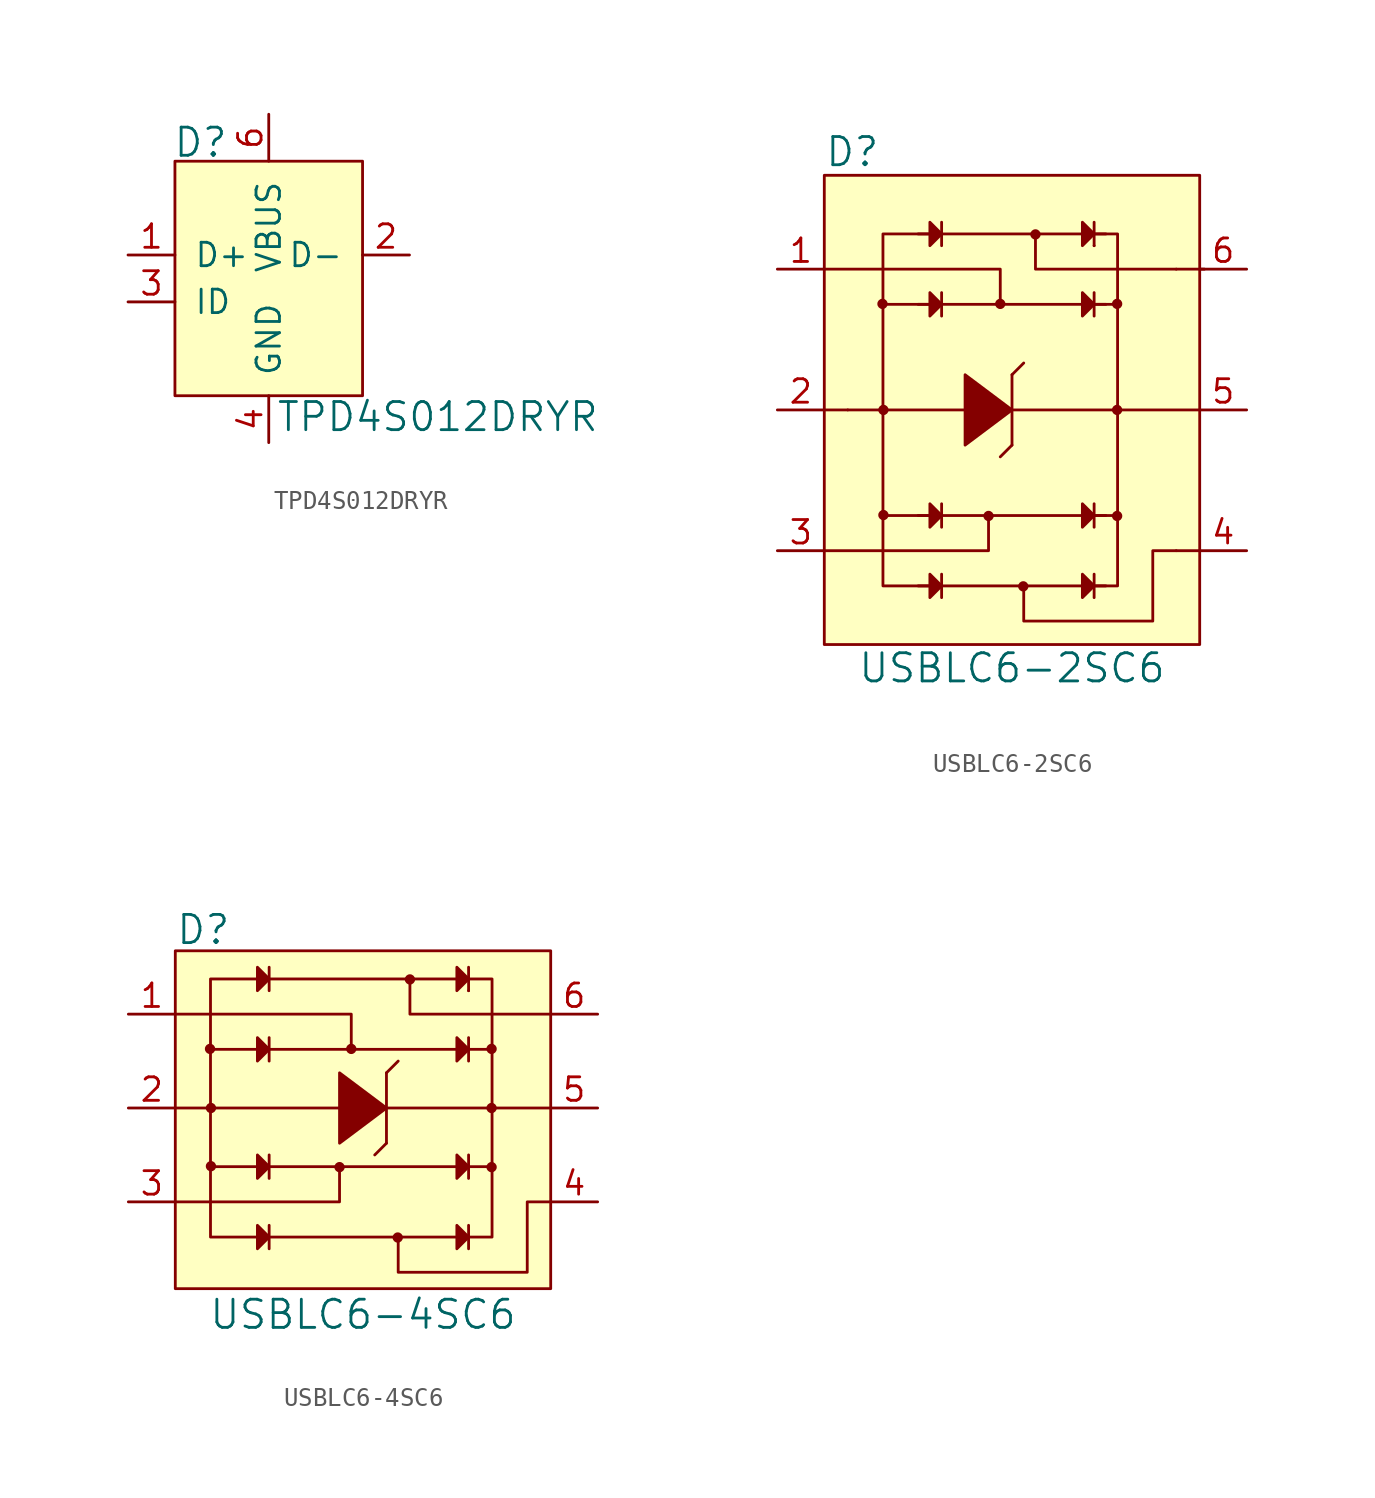
<source format=kicad_sym>
(kicad_symbol_lib
  (version 20211014)
  (generator kicad_symbol_editor)
  (symbol "TPD4S012DRYR"
    (pin_names
      (offset 1.016))
    (property "Reference" "D"
      (at -5.207 1.016 0)
      (effects (font (size 1.524 1.524)) (justify left)))
    (property "Value" "TPD4S012DRYR"
      (at 0.381 -13.843 0)
      (effects (font (size 1.524 1.524)) (justify left)))
    (symbol "TPD4S012DRYR_0_1"
      (rectangle (start -5.08 0) (end 5.08 -12.7) (stroke (width 0) (type default) (color 0 0 0 0)) (fill (type background))))
    (symbol "TPD4S012DRYR_1_1"
      (pin input line (at -7.62 -5.08 0) (length 2.54) (name "D+" (effects (font (size 1.27 1.27)))) (number "1" (effects (font (size 1.27 1.27)))))
      (pin output line (at 7.62 -5.08 180) (length 2.54) (name "D-" (effects (font (size 1.27 1.27)))) (number "2" (effects (font (size 1.27 1.27)))))
      (pin input line (at -7.62 -7.62 0) (length 2.54) (name "ID" (effects (font (size 1.27 1.27)))) (number "3" (effects (font (size 1.27 1.27)))))
      (pin power_in line (at 0 -15.24 90) (length 2.54) (name "GND" (effects (font (size 1.27 1.27)))) (number "4" (effects (font (size 1.27 1.27)))))
      (pin no_connect line (at 5.08 -7.62 180) (length 2.54) hide (name "NC" (effects (font (size 1.27 1.27)))) (number "5" (effects (font (size 1.27 1.27)))))
      (pin power_in line (at 0 2.54 270) (length 2.54) (name "VBUS" (effects (font (size 1.27 1.27)))) (number "6" (effects (font (size 1.27 1.27)))))))
  (symbol "USBLC6-2SC6"
    (pin_names
      (offset 1.016))
    (property "Reference" "D"
      (at -10.16 13.97 0)
      (effects (font (size 1.524 1.524)) (justify left)))
    (property "Value" "USBLC6-2SC6"
      (at 0 -13.97 0)
      (effects (font (size 1.524 1.524))))
    (symbol "USBLC6-2SC6_0_1"
      (rectangle (start -10.16 12.7) (end 10.16 -12.7) (stroke (width 0) (type default) (color 0 0 0 0)) (fill (type background)))
      (circle (center -7.01 5.74) (radius 0.203) (stroke (width 0) (type default) (color 0 0 0 0)) (fill (type outline)))
      (circle (center -6.96 -5.69) (radius 0.203) (stroke (width 0) (type default) (color 0 0 0 0)) (fill (type outline)))
      (circle (center -6.96 0) (radius 0.203) (stroke (width 0) (type default) (color 0 0 0 0)) (fill (type outline)))
      (circle (center -1.27 -5.74) (radius 0.203) (stroke (width 0) (type default) (color 0 0 0 0)) (fill (type outline)))
      (circle (center -0.635 5.74) (radius 0.203) (stroke (width 0) (type default) (color 0 0 0 0)) (fill (type outline)))
      (polyline (pts (xy -8.89 0) (xy -10.16 0)) (stroke (width 0) (type default) (color 0 0 0 0)) (fill (type none)))
      (polyline (pts (xy -5.08 -9.525) (xy 5.08 -9.525)) (stroke (width 0) (type default) (color 0 0 0 0)) (fill (type none)))
      (polyline (pts (xy -5.08 -5.715) (xy 5.08 -5.715)) (stroke (width 0) (type default) (color 0 0 0 0)) (fill (type none)))
      (polyline (pts (xy -5.08 5.715) (xy 5.08 5.715)) (stroke (width 0) (type default) (color 0 0 0 0)) (fill (type none)))
      (polyline (pts (xy -5.08 9.525) (xy 5.08 9.525)) (stroke (width 0) (type default) (color 0 0 0 0)) (fill (type none)))
      (polyline (pts (xy -4.445 -5.715) (xy -6.985 -5.715)) (stroke (width 0) (type default) (color 0 0 0 0)) (fill (type none)))
      (polyline (pts (xy -4.445 5.715) (xy -6.985 5.715)) (stroke (width 0) (type default) (color 0 0 0 0)) (fill (type none)))
      (polyline (pts (xy -3.81 -8.89) (xy -3.81 -10.16)) (stroke (width 0) (type default) (color 0 0 0 0)) (fill (type none)))
      (polyline (pts (xy -3.81 -5.08) (xy -3.81 -6.35)) (stroke (width 0) (type default) (color 0 0 0 0)) (fill (type none)))
      (polyline (pts (xy -3.81 6.35) (xy -3.81 5.08)) (stroke (width 0) (type default) (color 0 0 0 0)) (fill (type none)))
      (polyline (pts (xy -3.81 10.16) (xy -3.81 8.89)) (stroke (width 0) (type default) (color 0 0 0 0)) (fill (type none)))
      (polyline (pts (xy 0 -1.905) (xy -0.635 -2.54)) (stroke (width 0) (type default) (color 0 0 0 0)) (fill (type none)))
      (polyline (pts (xy 0 1.905) (xy 0 -1.905)) (stroke (width 0) (type default) (color 0 0 0 0)) (fill (type none)))
      (polyline (pts (xy 0 1.905) (xy 0.635 2.54)) (stroke (width 0) (type default) (color 0 0 0 0)) (fill (type none)))
      (polyline (pts (xy 4.445 -8.89) (xy 4.445 -10.16)) (stroke (width 0) (type default) (color 0 0 0 0)) (fill (type none)))
      (polyline (pts (xy 4.445 -5.715) (xy 5.715 -5.715)) (stroke (width 0) (type default) (color 0 0 0 0)) (fill (type none)))
      (polyline (pts (xy 4.445 -5.08) (xy 4.445 -6.35)) (stroke (width 0) (type default) (color 0 0 0 0)) (fill (type none)))
      (polyline (pts (xy 4.445 5.715) (xy 5.715 5.715)) (stroke (width 0) (type default) (color 0 0 0 0)) (fill (type none)))
      (polyline (pts (xy 4.445 6.35) (xy 4.445 5.08)) (stroke (width 0) (type default) (color 0 0 0 0)) (fill (type none)))
      (polyline (pts (xy 4.445 8.89) (xy 4.445 8.89)) (stroke (width 0) (type default) (color 0 0 0 0)) (fill (type none)))
      (polyline (pts (xy 4.445 10.16) (xy 4.445 8.89)) (stroke (width 0) (type default) (color 0 0 0 0)) (fill (type none)))
      (polyline (pts (xy 5.588 0) (xy 10.16 0)) (stroke (width 0) (type default) (color 0 0 0 0)) (fill (type none)))
      (polyline (pts (xy 5.715 0) (xy 0 0)) (stroke (width 0) (type default) (color 0 0 0 0)) (fill (type none)))
      (polyline (pts (xy 5.715 5.715) (xy 5.715 5.715)) (stroke (width 0) (type default) (color 0 0 0 0)) (fill (type none)))
      (polyline (pts (xy 8.89 -7.62) (xy 10.16 -7.62)) (stroke (width 0) (type default) (color 0 0 0 0)) (fill (type none)))
      (polyline (pts (xy 8.89 7.62) (xy 10.414 7.62)) (stroke (width 0) (type default) (color 0 0 0 0)) (fill (type none)))
      (polyline (pts (xy -10.16 -7.62) (xy -1.27 -7.62) (xy -1.27 -5.715)) (stroke (width 0) (type default) (color 0 0 0 0)) (fill (type none)))
      (polyline (pts (xy -10.16 7.62) (xy -0.635 7.62) (xy -0.635 5.715)) (stroke (width 0) (type default) (color 0 0 0 0)) (fill (type none)))
      (polyline (pts (xy -8.89 0) (xy -6.985 0) (xy 0 0)) (stroke (width 0) (type default) (color 0 0 0 0)) (fill (type none)))
      (polyline (pts (xy 8.89 7.62) (xy 1.27 7.62) (xy 1.27 9.525)) (stroke (width 0) (type default) (color 0 0 0 0)) (fill (type none)))
      (polyline (pts (xy -4.445 -9.525) (xy -6.985 -9.525) (xy -6.985 9.525) (xy -4.445 9.525)) (stroke (width 0) (type default) (color 0 0 0 0)) (fill (type none)))
      (polyline (pts (xy -4.445 -8.89) (xy -4.445 -10.16) (xy -3.81 -9.525) (xy -4.445 -8.89)) (stroke (width 0) (type default) (color 0 0 0 0)) (fill (type outline)))
      (polyline (pts (xy -4.445 -5.08) (xy -4.445 -6.35) (xy -3.81 -5.715) (xy -4.445 -5.08)) (stroke (width 0) (type default) (color 0 0 0 0)) (fill (type outline)))
      (polyline (pts (xy -4.445 6.35) (xy -4.445 5.08) (xy -3.81 5.715) (xy -4.445 6.35)) (stroke (width 0) (type default) (color 0 0 0 0)) (fill (type outline)))
      (polyline (pts (xy -4.445 10.16) (xy -4.445 8.89) (xy -3.81 9.525) (xy -4.445 10.16)) (stroke (width 0) (type default) (color 0 0 0 0)) (fill (type outline)))
      (polyline (pts (xy -2.54 1.905) (xy -2.54 -1.905) (xy 0 0) (xy -2.54 1.905)) (stroke (width 0) (type default) (color 0 0 0 0)) (fill (type outline)))
      (polyline (pts (xy 3.81 -8.89) (xy 3.81 -10.16) (xy 4.445 -9.525) (xy 3.81 -8.89)) (stroke (width 0) (type default) (color 0 0 0 0)) (fill (type outline)))
      (polyline (pts (xy 3.81 -5.08) (xy 3.81 -6.35) (xy 4.445 -5.715) (xy 3.81 -5.08)) (stroke (width 0) (type default) (color 0 0 0 0)) (fill (type outline)))
      (polyline (pts (xy 3.81 6.35) (xy 3.81 5.08) (xy 4.445 5.715) (xy 3.81 6.35)) (stroke (width 0) (type default) (color 0 0 0 0)) (fill (type outline)))
      (polyline (pts (xy 3.81 10.16) (xy 3.81 8.89) (xy 4.445 9.525) (xy 3.81 10.16)) (stroke (width 0) (type default) (color 0 0 0 0)) (fill (type outline)))
      (polyline (pts (xy 4.445 9.525) (xy 5.715 9.525) (xy 5.715 -9.525) (xy 4.445 -9.525)) (stroke (width 0) (type default) (color 0 0 0 0)) (fill (type none)))
      (polyline (pts (xy 8.89 -7.62) (xy 7.62 -7.62) (xy 7.62 -11.43) (xy 0.635 -11.43) (xy 0.635 -9.525)) (stroke (width 0) (type default) (color 0 0 0 0)) (fill (type none)))
      (circle (center 0.61 -9.55) (radius 0.203) (stroke (width 0) (type default) (color 0 0 0 0)) (fill (type outline)))
      (circle (center 1.27 9.5) (radius 0.203) (stroke (width 0) (type default) (color 0 0 0 0)) (fill (type outline)))
      (circle (center 5.69 -5.74) (radius 0.203) (stroke (width 0) (type default) (color 0 0 0 0)) (fill (type outline)))
      (circle (center 5.69 0) (radius 0.203) (stroke (width 0) (type default) (color 0 0 0 0)) (fill (type outline)))
      (circle (center 5.69 5.74) (radius 0.203) (stroke (width 0) (type default) (color 0 0 0 0)) (fill (type outline))))
    (symbol "USBLC6-2SC6_1_1"
      (pin input line (at -12.7 7.62 0) (length 2.54) (name "~" (effects (font (size 1.27 1.27)))) (number "1" (effects (font (size 1.27 1.27)))))
      (pin power_in line (at -12.7 0 0) (length 2.54) (name "~" (effects (font (size 1.27 1.27)))) (number "2" (effects (font (size 1.27 1.27)))))
      (pin input line (at -12.7 -7.62 0) (length 2.54) (name "~" (effects (font (size 1.27 1.27)))) (number "3" (effects (font (size 1.27 1.27)))))
      (pin input line (at 12.7 -7.62 180) (length 2.54) (name "~" (effects (font (size 1.27 1.27)))) (number "4" (effects (font (size 1.27 1.27)))))
      (pin output line (at 12.7 0 180) (length 2.54) (name "~" (effects (font (size 1.27 1.27)))) (number "5" (effects (font (size 1.27 1.27)))))
      (pin input line (at 12.7 7.62 180) (length 2.54) (name "~" (effects (font (size 1.27 1.27)))) (number "6" (effects (font (size 1.27 1.27)))))))
  (symbol "USBLC6-4SC6"
    (pin_names
      (offset 1.016))
    (property "Reference" "D"
      (at -10.16 9.652 0)
      (effects (font (size 1.524 1.524)) (justify left)))
    (property "Value" "USBLC6-4SC6"
      (at 0 -11.176 0)
      (effects (font (size 1.524 1.524))))
    (symbol "USBLC6-4SC6_0_1"
      (rectangle (start -10.16 8.509) (end 10.16 -9.779) (stroke (width 0) (type default) (color 0 0 0 0)) (fill (type background)))
      (circle (center -8.28 3.2) (radius 0.203) (stroke (width 0) (type default) (color 0 0 0 0)) (fill (type outline)))
      (circle (center -8.23 -3.15) (radius 0.203) (stroke (width 0) (type default) (color 0 0 0 0)) (fill (type outline)))
      (circle (center -8.23 0) (radius 0.203) (stroke (width 0) (type default) (color 0 0 0 0)) (fill (type outline)))
      (circle (center -1.27 -3.2) (radius 0.203) (stroke (width 0) (type default) (color 0 0 0 0)) (fill (type outline)))
      (circle (center -0.635 3.2) (radius 0.203) (stroke (width 0) (type default) (color 0 0 0 0)) (fill (type outline)))
      (polyline (pts (xy -5.715 -3.175) (xy -8.255 -3.175)) (stroke (width 0) (type default) (color 0 0 0 0)) (fill (type none)))
      (polyline (pts (xy -5.715 3.175) (xy -8.255 3.175)) (stroke (width 0) (type default) (color 0 0 0 0)) (fill (type none)))
      (polyline (pts (xy -5.08 -6.985) (xy 5.08 -6.985)) (stroke (width 0) (type default) (color 0 0 0 0)) (fill (type none)))
      (polyline (pts (xy -5.08 -6.35) (xy -5.08 -7.62)) (stroke (width 0) (type default) (color 0 0 0 0)) (fill (type none)))
      (polyline (pts (xy -5.08 -3.175) (xy 5.08 -3.175)) (stroke (width 0) (type default) (color 0 0 0 0)) (fill (type none)))
      (polyline (pts (xy -5.08 -2.54) (xy -5.08 -3.81)) (stroke (width 0) (type default) (color 0 0 0 0)) (fill (type none)))
      (polyline (pts (xy -5.08 3.175) (xy 5.08 3.175)) (stroke (width 0) (type default) (color 0 0 0 0)) (fill (type none)))
      (polyline (pts (xy -5.08 3.81) (xy -5.08 2.54)) (stroke (width 0) (type default) (color 0 0 0 0)) (fill (type none)))
      (polyline (pts (xy -5.08 6.985) (xy 5.08 6.985)) (stroke (width 0) (type default) (color 0 0 0 0)) (fill (type none)))
      (polyline (pts (xy -5.08 7.62) (xy -5.08 6.35)) (stroke (width 0) (type default) (color 0 0 0 0)) (fill (type none)))
      (polyline (pts (xy 1.27 -1.905) (xy 0.635 -2.54)) (stroke (width 0) (type default) (color 0 0 0 0)) (fill (type none)))
      (polyline (pts (xy 1.27 1.905) (xy 1.27 -1.905)) (stroke (width 0) (type default) (color 0 0 0 0)) (fill (type none)))
      (polyline (pts (xy 1.27 1.905) (xy 1.905 2.54)) (stroke (width 0) (type default) (color 0 0 0 0)) (fill (type none)))
      (polyline (pts (xy 5.715 -6.35) (xy 5.715 -7.62)) (stroke (width 0) (type default) (color 0 0 0 0)) (fill (type none)))
      (polyline (pts (xy 5.715 -3.175) (xy 6.985 -3.175)) (stroke (width 0) (type default) (color 0 0 0 0)) (fill (type none)))
      (polyline (pts (xy 5.715 -2.54) (xy 5.715 -3.81)) (stroke (width 0) (type default) (color 0 0 0 0)) (fill (type none)))
      (polyline (pts (xy 5.715 3.175) (xy 6.985 3.175)) (stroke (width 0) (type default) (color 0 0 0 0)) (fill (type none)))
      (polyline (pts (xy 5.715 3.81) (xy 5.715 2.54)) (stroke (width 0) (type default) (color 0 0 0 0)) (fill (type none)))
      (polyline (pts (xy 5.715 6.35) (xy 5.715 6.35)) (stroke (width 0) (type default) (color 0 0 0 0)) (fill (type none)))
      (polyline (pts (xy 5.715 7.62) (xy 5.715 6.35)) (stroke (width 0) (type default) (color 0 0 0 0)) (fill (type none)))
      (polyline (pts (xy 6.985 0) (xy 1.27 0)) (stroke (width 0) (type default) (color 0 0 0 0)) (fill (type none)))
      (polyline (pts (xy 6.985 3.175) (xy 6.985 3.175)) (stroke (width 0) (type default) (color 0 0 0 0)) (fill (type none)))
      (polyline (pts (xy 10.16 0) (xy 6.985 0)) (stroke (width 0) (type default) (color 0 0 0 0)) (fill (type none)))
      (polyline (pts (xy -10.16 -5.08) (xy -1.27 -5.08) (xy -1.27 -3.175)) (stroke (width 0) (type default) (color 0 0 0 0)) (fill (type none)))
      (polyline (pts (xy -10.16 0) (xy -8.255 0) (xy -1.27 0)) (stroke (width 0) (type default) (color 0 0 0 0)) (fill (type none)))
      (polyline (pts (xy -10.16 5.08) (xy -0.635 5.08) (xy -0.635 3.175)) (stroke (width 0) (type default) (color 0 0 0 0)) (fill (type none)))
      (polyline (pts (xy 10.16 5.08) (xy 2.54 5.08) (xy 2.54 6.985)) (stroke (width 0) (type default) (color 0 0 0 0)) (fill (type none)))
      (polyline (pts (xy -5.715 -6.35) (xy -5.715 -7.62) (xy -5.08 -6.985) (xy -5.715 -6.35)) (stroke (width 0) (type default) (color 0 0 0 0)) (fill (type outline)))
      (polyline (pts (xy -5.715 -2.54) (xy -5.715 -3.81) (xy -5.08 -3.175) (xy -5.715 -2.54)) (stroke (width 0) (type default) (color 0 0 0 0)) (fill (type outline)))
      (polyline (pts (xy -5.715 3.81) (xy -5.715 2.54) (xy -5.08 3.175) (xy -5.715 3.81)) (stroke (width 0) (type default) (color 0 0 0 0)) (fill (type outline)))
      (polyline (pts (xy -5.715 7.62) (xy -5.715 6.35) (xy -5.08 6.985) (xy -5.715 7.62)) (stroke (width 0) (type default) (color 0 0 0 0)) (fill (type outline)))
      (polyline (pts (xy -1.27 1.905) (xy -1.27 -1.905) (xy 1.27 0) (xy -1.27 1.905)) (stroke (width 0) (type default) (color 0 0 0 0)) (fill (type outline)))
      (polyline (pts (xy 5.08 -6.35) (xy 5.08 -7.62) (xy 5.715 -6.985) (xy 5.08 -6.35)) (stroke (width 0) (type default) (color 0 0 0 0)) (fill (type outline)))
      (polyline (pts (xy 5.08 -2.54) (xy 5.08 -3.81) (xy 5.715 -3.175) (xy 5.08 -2.54)) (stroke (width 0) (type default) (color 0 0 0 0)) (fill (type outline)))
      (polyline (pts (xy 5.08 3.81) (xy 5.08 2.54) (xy 5.715 3.175) (xy 5.08 3.81)) (stroke (width 0) (type default) (color 0 0 0 0)) (fill (type outline)))
      (polyline (pts (xy 5.08 7.62) (xy 5.08 6.35) (xy 5.715 6.985) (xy 5.08 7.62)) (stroke (width 0) (type default) (color 0 0 0 0)) (fill (type outline)))
      (polyline (pts (xy 10.16 -5.08) (xy 8.89 -5.08) (xy 8.89 -8.89) (xy 1.905 -8.89) (xy 1.905 -6.985)) (stroke (width 0) (type default) (color 0 0 0 0)) (fill (type none)))
      (circle (center 1.88 -7.01) (radius 0.203) (stroke (width 0) (type default) (color 0 0 0 0)) (fill (type outline)))
      (circle (center 2.54 6.96) (radius 0.203) (stroke (width 0) (type default) (color 0 0 0 0)) (fill (type outline)))
      (circle (center 6.96 -3.2) (radius 0.203) (stroke (width 0) (type default) (color 0 0 0 0)) (fill (type outline)))
      (circle (center 6.96 0) (radius 0.203) (stroke (width 0) (type default) (color 0 0 0 0)) (fill (type outline)))
      (circle (center 6.96 3.2) (radius 0.203) (stroke (width 0) (type default) (color 0 0 0 0)) (fill (type outline))))
    (symbol "USBLC6-4SC6_1_1"
      (polyline (pts (xy -5.715 6.985) (xy -8.255 6.985) (xy -8.255 -6.985) (xy -5.715 -6.985)) (stroke (width 0) (type default) (color 0 0 0 0)) (fill (type none)))
      (polyline (pts (xy 5.715 -6.985) (xy 6.985 -6.985) (xy 6.985 6.985) (xy 5.715 6.985)) (stroke (width 0) (type default) (color 0 0 0 0)) (fill (type none)))
      (pin input line (at -12.7 5.08 0) (length 2.54) (name "~" (effects (font (size 1.27 1.27)))) (number "1" (effects (font (size 1.27 1.27)))))
      (pin power_in line (at -12.7 0 0) (length 2.54) (name "~" (effects (font (size 1.27 1.27)))) (number "2" (effects (font (size 1.27 1.27)))))
      (pin input line (at -12.7 -5.08 0) (length 2.54) (name "~" (effects (font (size 1.27 1.27)))) (number "3" (effects (font (size 1.27 1.27)))))
      (pin input line (at 12.7 -5.08 180) (length 2.54) (name "~" (effects (font (size 1.27 1.27)))) (number "4" (effects (font (size 1.27 1.27)))))
      (pin output line (at 12.7 0 180) (length 2.54) (name "~" (effects (font (size 1.27 1.27)))) (number "5" (effects (font (size 1.27 1.27)))))
      (pin input line (at 12.7 5.08 180) (length 2.54) (name "~" (effects (font (size 1.27 1.27)))) (number "6" (effects (font (size 1.27 1.27))))))))
</source>
